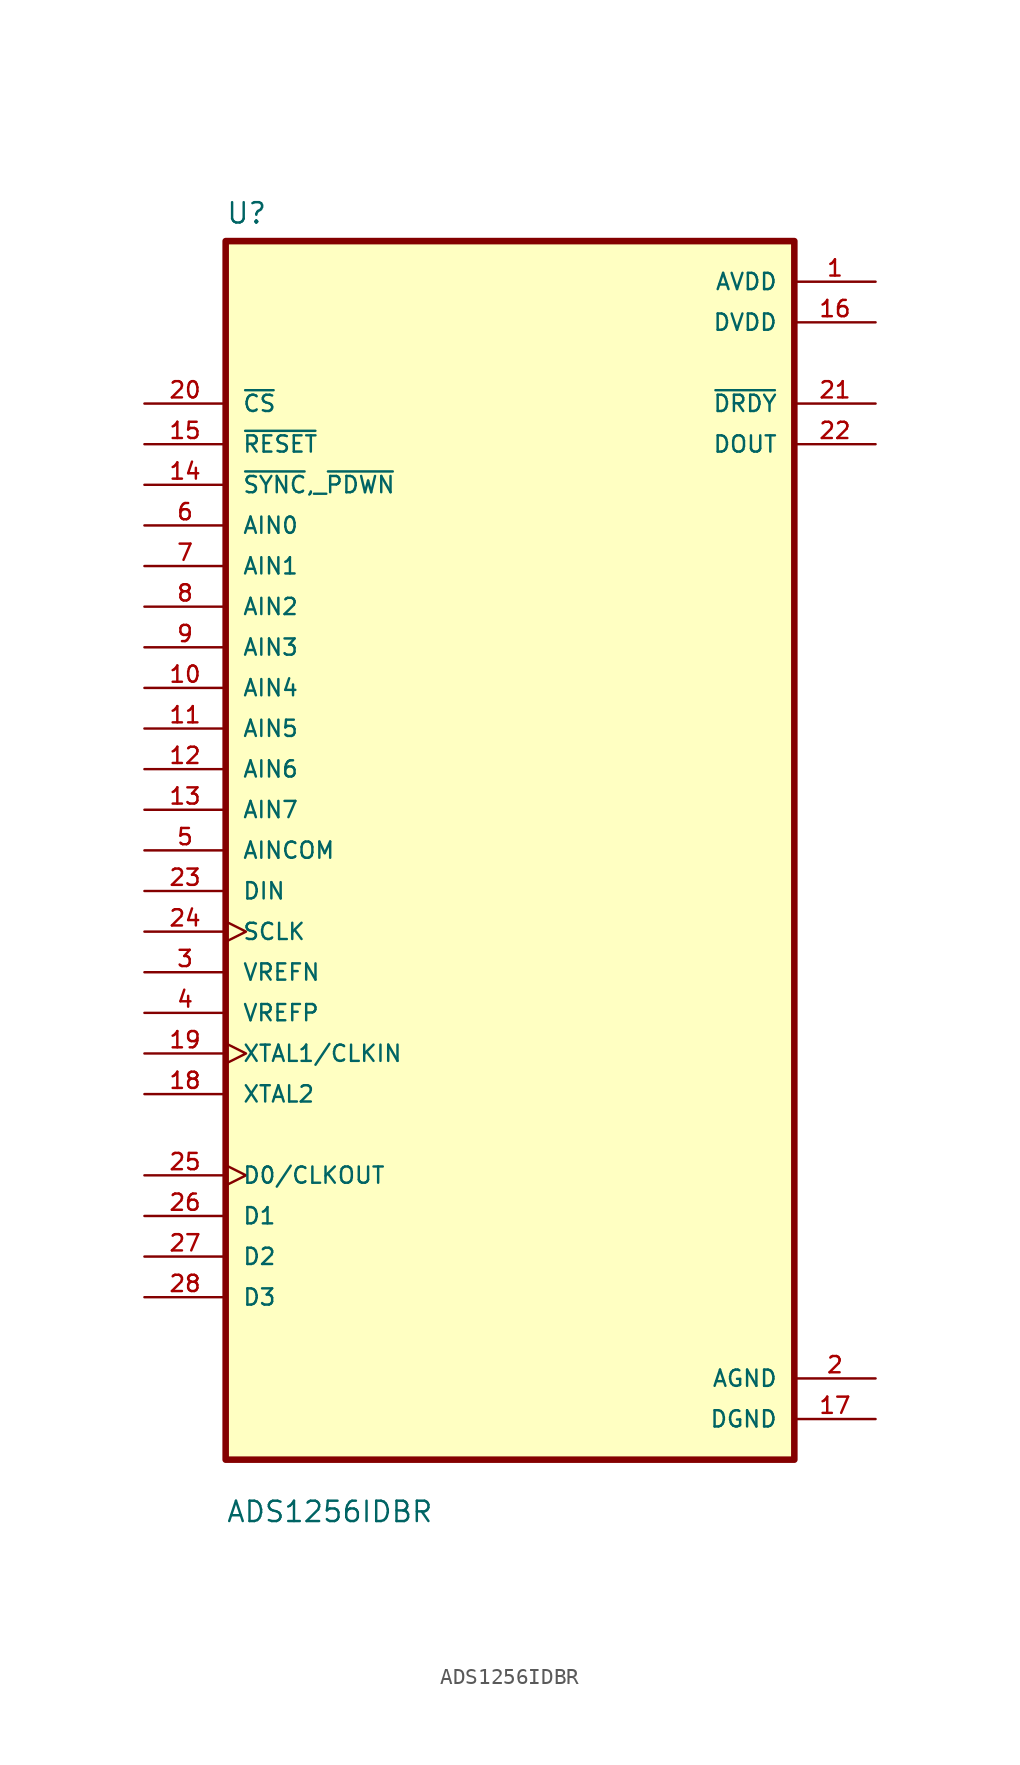
<source format=kicad_sym>
(kicad_symbol_lib
  (version 20211014)
  (generator kicad_symbol_editor)
  (symbol "ADS1256IDBR"
    (pin_names
      (offset 1.016))
    (property "Reference" "U"
      (at -17.78 39.1 0.0)
      (effects (font (size 1.27 1.27)) (justify bottom left)))
    (property "Value" "ADS1256IDBR"
      (at -17.78 -42.1 0.0)
      (effects (font (size 1.27 1.27)) (justify bottom left)))
    (symbol "ADS1256IDBR_0_0"
      (rectangle (start -17.78 -38.1) (end 17.78 38.1) (stroke (width 0.41)) (fill (type background)))
      (pin input line (at -22.86 27.94 0) (length 5.08) (name "~{CS}" (effects (font (size 1.016 1.016)))) (number "20" (effects (font (size 1.016 1.016)))))
      (pin input line (at -22.86 25.4 0) (length 5.08) (name "~{RESET}" (effects (font (size 1.016 1.016)))) (number "15" (effects (font (size 1.016 1.016)))))
      (pin input line (at -22.86 22.86 0) (length 5.08) (name "~{SYNC},_~{PDWN}" (effects (font (size 1.016 1.016)))) (number "14" (effects (font (size 1.016 1.016)))))
      (pin input line (at -22.86 20.32 0) (length 5.08) (name "AIN0" (effects (font (size 1.016 1.016)))) (number "6" (effects (font (size 1.016 1.016)))))
      (pin input line (at -22.86 17.78 0) (length 5.08) (name "AIN1" (effects (font (size 1.016 1.016)))) (number "7" (effects (font (size 1.016 1.016)))))
      (pin input line (at -22.86 15.24 0) (length 5.08) (name "AIN2" (effects (font (size 1.016 1.016)))) (number "8" (effects (font (size 1.016 1.016)))))
      (pin input line (at -22.86 12.7 0) (length 5.08) (name "AIN3" (effects (font (size 1.016 1.016)))) (number "9" (effects (font (size 1.016 1.016)))))
      (pin input line (at -22.86 10.16 0) (length 5.08) (name "AIN4" (effects (font (size 1.016 1.016)))) (number "10" (effects (font (size 1.016 1.016)))))
      (pin input line (at -22.86 7.62 0) (length 5.08) (name "AIN5" (effects (font (size 1.016 1.016)))) (number "11" (effects (font (size 1.016 1.016)))))
      (pin input line (at -22.86 5.08 0) (length 5.08) (name "AIN6" (effects (font (size 1.016 1.016)))) (number "12" (effects (font (size 1.016 1.016)))))
      (pin input line (at -22.86 2.54 0) (length 5.08) (name "AIN7" (effects (font (size 1.016 1.016)))) (number "13" (effects (font (size 1.016 1.016)))))
      (pin input line (at -22.86 1.06581e-14 0) (length 5.08) (name "AINCOM" (effects (font (size 1.016 1.016)))) (number "5" (effects (font (size 1.016 1.016)))))
      (pin input line (at -22.86 -2.54 0) (length 5.08) (name "DIN" (effects (font (size 1.016 1.016)))) (number "23" (effects (font (size 1.016 1.016)))))
      (pin input clock (at -22.86 -5.08 0) (length 5.08) (name "SCLK" (effects (font (size 1.016 1.016)))) (number "24" (effects (font (size 1.016 1.016)))))
      (pin input line (at -22.86 -7.62 0) (length 5.08) (name "VREFN" (effects (font (size 1.016 1.016)))) (number "3" (effects (font (size 1.016 1.016)))))
      (pin input line (at -22.86 -10.16 0) (length 5.08) (name "VREFP" (effects (font (size 1.016 1.016)))) (number "4" (effects (font (size 1.016 1.016)))))
      (pin input clock (at -22.86 -12.7 0) (length 5.08) (name "XTAL1/CLKIN" (effects (font (size 1.016 1.016)))) (number "19" (effects (font (size 1.016 1.016)))))
      (pin input line (at -22.86 -15.24 0) (length 5.08) (name "XTAL2" (effects (font (size 1.016 1.016)))) (number "18" (effects (font (size 1.016 1.016)))))
      (pin bidirectional clock (at -22.86 -20.32 0) (length 5.08) (name "D0/CLKOUT" (effects (font (size 1.016 1.016)))) (number "25" (effects (font (size 1.016 1.016)))))
      (pin bidirectional line (at -22.86 -22.86 0) (length 5.08) (name "D1" (effects (font (size 1.016 1.016)))) (number "26" (effects (font (size 1.016 1.016)))))
      (pin bidirectional line (at -22.86 -25.4 0) (length 5.08) (name "D2" (effects (font (size 1.016 1.016)))) (number "27" (effects (font (size 1.016 1.016)))))
      (pin bidirectional line (at -22.86 -27.94 0) (length 5.08) (name "D3" (effects (font (size 1.016 1.016)))) (number "28" (effects (font (size 1.016 1.016)))))
      (pin power_in line (at 22.86 35.56 180.0) (length 5.08) (name "AVDD" (effects (font (size 1.016 1.016)))) (number "1" (effects (font (size 1.016 1.016)))))
      (pin power_in line (at 22.86 33.02 180.0) (length 5.08) (name "DVDD" (effects (font (size 1.016 1.016)))) (number "16" (effects (font (size 1.016 1.016)))))
      (pin output line (at 22.86 27.94 180.0) (length 5.08) (name "~{DRDY}" (effects (font (size 1.016 1.016)))) (number "21" (effects (font (size 1.016 1.016)))))
      (pin output line (at 22.86 25.4 180.0) (length 5.08) (name "DOUT" (effects (font (size 1.016 1.016)))) (number "22" (effects (font (size 1.016 1.016)))))
      (pin power_in line (at 22.86 -33.02 180.0) (length 5.08) (name "AGND" (effects (font (size 1.016 1.016)))) (number "2" (effects (font (size 1.016 1.016)))))
      (pin power_in line (at 22.86 -35.56 180.0) (length 5.08) (name "DGND" (effects (font (size 1.016 1.016)))) (number "17" (effects (font (size 1.016 1.016))))))))
</source>
